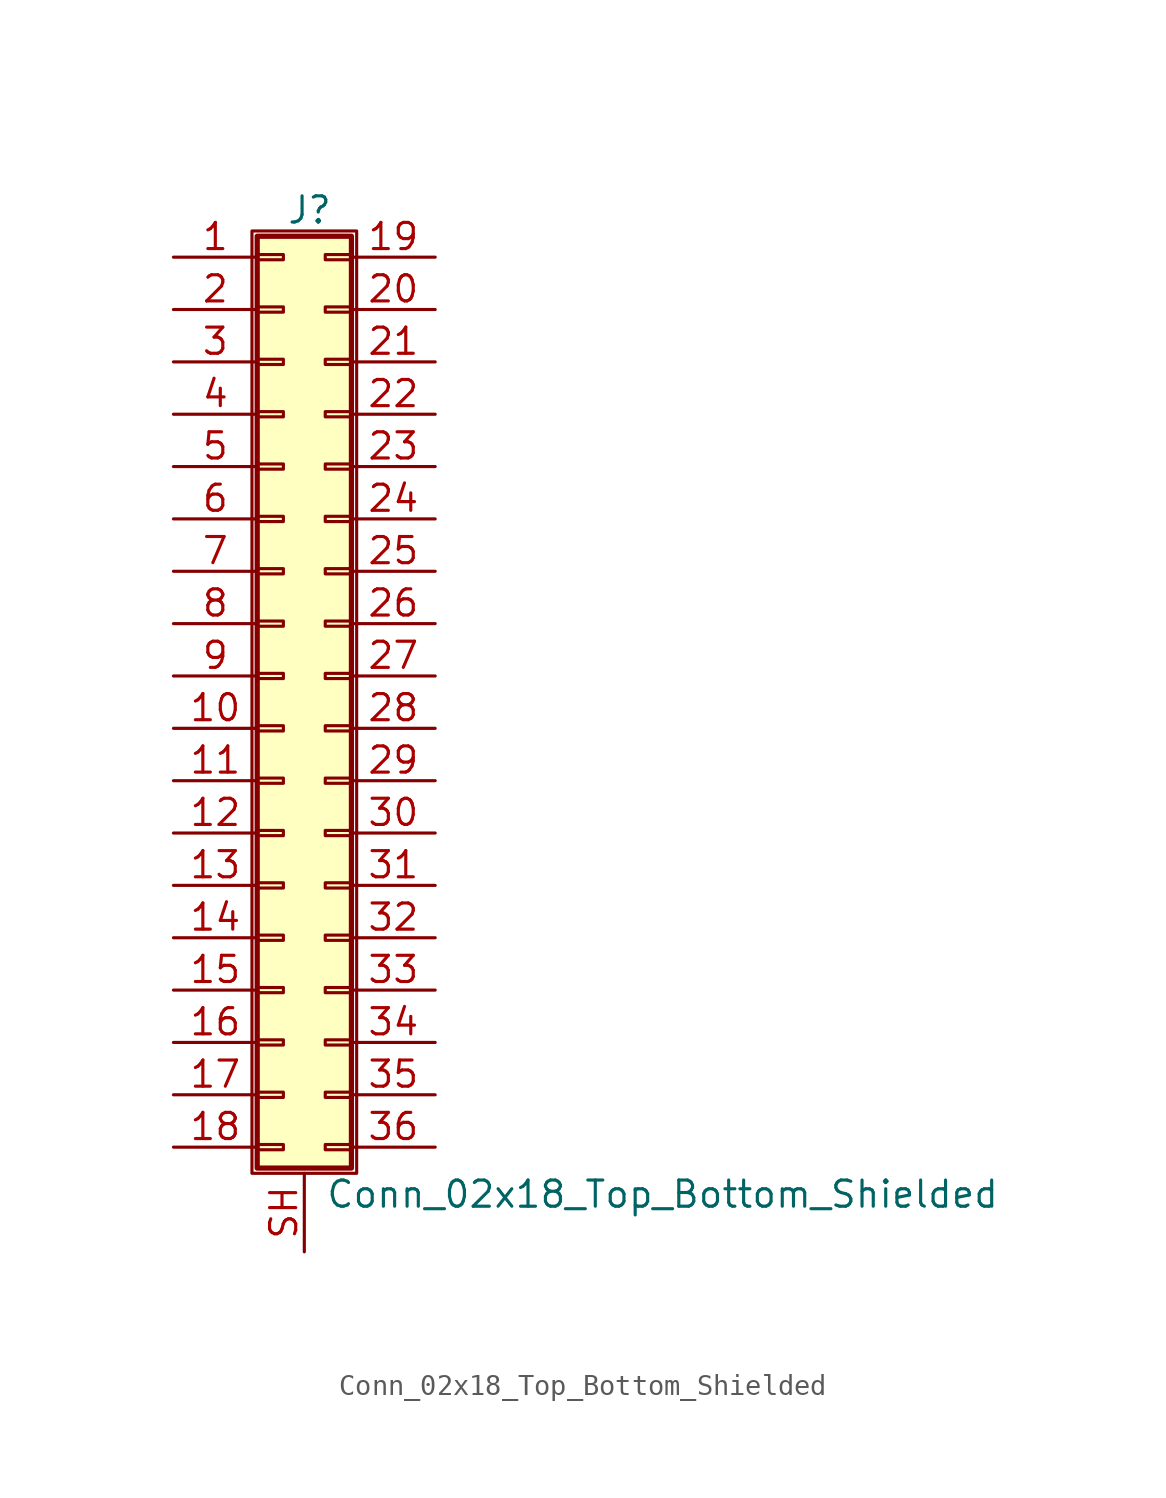
<source format=kicad_sym>
(kicad_symbol_lib
  (version 20220914)
  (generator kicad_symbol_editor)
  (symbol "Conn_02x18_Top_Bottom_Shielded"
    (pin_names
      (offset 1.016) hide)
    (property "Reference" "J"
      (at 1.524 22.606 0)
      (effects (font (size 1.27 1.27))))
    (property "Value" "Conn_02x18_Top_Bottom_Shielded"
      (at 2.286 -25.146 0)
      (effects (font (size 1.27 1.27)) (justify left)))
    (symbol "Conn_02x18_Top_Bottom_Shielded_1_1"
      (rectangle (start -1.27 21.59) (end 3.81 -24.13) (stroke (width 0.152) (type default)) (fill (type none)))
      (rectangle (start -1.016 -22.733) (end 0.254 -22.987) (stroke (width 0.152) (type default)) (fill (type none)))
      (rectangle (start -1.016 -20.193) (end 0.254 -20.447) (stroke (width 0.152) (type default)) (fill (type none)))
      (rectangle (start -1.016 -17.653) (end 0.254 -17.907) (stroke (width 0.152) (type default)) (fill (type none)))
      (rectangle (start -1.016 -15.113) (end 0.254 -15.367) (stroke (width 0.152) (type default)) (fill (type none)))
      (rectangle (start -1.016 -12.573) (end 0.254 -12.827) (stroke (width 0.152) (type default)) (fill (type none)))
      (rectangle (start -1.016 -10.033) (end 0.254 -10.287) (stroke (width 0.152) (type default)) (fill (type none)))
      (rectangle (start -1.016 -7.493) (end 0.254 -7.747) (stroke (width 0.152) (type default)) (fill (type none)))
      (rectangle (start -1.016 -4.953) (end 0.254 -5.207) (stroke (width 0.152) (type default)) (fill (type none)))
      (rectangle (start -1.016 -2.413) (end 0.254 -2.667) (stroke (width 0.152) (type default)) (fill (type none)))
      (rectangle (start -1.016 0.127) (end 0.254 -0.127) (stroke (width 0.152) (type default)) (fill (type none)))
      (rectangle (start -1.016 2.667) (end 0.254 2.413) (stroke (width 0.152) (type default)) (fill (type none)))
      (rectangle (start -1.016 5.207) (end 0.254 4.953) (stroke (width 0.152) (type default)) (fill (type none)))
      (rectangle (start -1.016 7.747) (end 0.254 7.493) (stroke (width 0.152) (type default)) (fill (type none)))
      (rectangle (start -1.016 10.287) (end 0.254 10.033) (stroke (width 0.152) (type default)) (fill (type none)))
      (rectangle (start -1.016 12.827) (end 0.254 12.573) (stroke (width 0.152) (type default)) (fill (type none)))
      (rectangle (start -1.016 15.367) (end 0.254 15.113) (stroke (width 0.152) (type default)) (fill (type none)))
      (rectangle (start -1.016 17.907) (end 0.254 17.653) (stroke (width 0.152) (type default)) (fill (type none)))
      (rectangle (start -1.016 20.447) (end 0.254 20.193) (stroke (width 0.152) (type default)) (fill (type none)))
      (rectangle (start -1.016 21.336) (end 3.556 -23.876) (stroke (width 0.254) (type default)) (fill (type background)))
      (rectangle (start 3.556 -22.733) (end 2.286 -22.987) (stroke (width 0.152) (type default)) (fill (type none)))
      (rectangle (start 3.556 -20.193) (end 2.286 -20.447) (stroke (width 0.152) (type default)) (fill (type none)))
      (rectangle (start 3.556 -17.653) (end 2.286 -17.907) (stroke (width 0.152) (type default)) (fill (type none)))
      (rectangle (start 3.556 -15.113) (end 2.286 -15.367) (stroke (width 0.152) (type default)) (fill (type none)))
      (rectangle (start 3.556 -12.573) (end 2.286 -12.827) (stroke (width 0.152) (type default)) (fill (type none)))
      (rectangle (start 3.556 -10.033) (end 2.286 -10.287) (stroke (width 0.152) (type default)) (fill (type none)))
      (rectangle (start 3.556 -7.493) (end 2.286 -7.747) (stroke (width 0.152) (type default)) (fill (type none)))
      (rectangle (start 3.556 -4.953) (end 2.286 -5.207) (stroke (width 0.152) (type default)) (fill (type none)))
      (rectangle (start 3.556 -2.413) (end 2.286 -2.667) (stroke (width 0.152) (type default)) (fill (type none)))
      (rectangle (start 3.556 0.127) (end 2.286 -0.127) (stroke (width 0.152) (type default)) (fill (type none)))
      (rectangle (start 3.556 2.667) (end 2.286 2.413) (stroke (width 0.152) (type default)) (fill (type none)))
      (rectangle (start 3.556 5.207) (end 2.286 4.953) (stroke (width 0.152) (type default)) (fill (type none)))
      (rectangle (start 3.556 7.747) (end 2.286 7.493) (stroke (width 0.152) (type default)) (fill (type none)))
      (rectangle (start 3.556 10.287) (end 2.286 10.033) (stroke (width 0.152) (type default)) (fill (type none)))
      (rectangle (start 3.556 12.827) (end 2.286 12.573) (stroke (width 0.152) (type default)) (fill (type none)))
      (rectangle (start 3.556 15.367) (end 2.286 15.113) (stroke (width 0.152) (type default)) (fill (type none)))
      (rectangle (start 3.556 17.907) (end 2.286 17.653) (stroke (width 0.152) (type default)) (fill (type none)))
      (rectangle (start 3.556 20.447) (end 2.286 20.193) (stroke (width 0.152) (type default)) (fill (type none)))
      (pin passive line (at -5.08 20.32 0) (length 4.064) (name "Pin_1" (effects (font (size 1.27 1.27)))) (number "1" (effects (font (size 1.27 1.27)))))
      (pin passive line (at -5.08 -2.54 0) (length 4.064) (name "Pin_10" (effects (font (size 1.27 1.27)))) (number "10" (effects (font (size 1.27 1.27)))))
      (pin passive line (at -5.08 -5.08 0) (length 4.064) (name "Pin_11" (effects (font (size 1.27 1.27)))) (number "11" (effects (font (size 1.27 1.27)))))
      (pin passive line (at -5.08 -7.62 0) (length 4.064) (name "Pin_12" (effects (font (size 1.27 1.27)))) (number "12" (effects (font (size 1.27 1.27)))))
      (pin passive line (at -5.08 -10.16 0) (length 4.064) (name "Pin_13" (effects (font (size 1.27 1.27)))) (number "13" (effects (font (size 1.27 1.27)))))
      (pin passive line (at -5.08 -12.7 0) (length 4.064) (name "Pin_14" (effects (font (size 1.27 1.27)))) (number "14" (effects (font (size 1.27 1.27)))))
      (pin passive line (at -5.08 -15.24 0) (length 4.064) (name "Pin_15" (effects (font (size 1.27 1.27)))) (number "15" (effects (font (size 1.27 1.27)))))
      (pin passive line (at -5.08 -17.78 0) (length 4.064) (name "Pin_16" (effects (font (size 1.27 1.27)))) (number "16" (effects (font (size 1.27 1.27)))))
      (pin passive line (at -5.08 -20.32 0) (length 4.064) (name "Pin_17" (effects (font (size 1.27 1.27)))) (number "17" (effects (font (size 1.27 1.27)))))
      (pin passive line (at -5.08 -22.86 0) (length 4.064) (name "Pin_18" (effects (font (size 1.27 1.27)))) (number "18" (effects (font (size 1.27 1.27)))))
      (pin passive line (at 7.62 20.32 180) (length 4.064) (name "Pin_19" (effects (font (size 1.27 1.27)))) (number "19" (effects (font (size 1.27 1.27)))))
      (pin passive line (at -5.08 17.78 0) (length 4.064) (name "Pin_2" (effects (font (size 1.27 1.27)))) (number "2" (effects (font (size 1.27 1.27)))))
      (pin passive line (at 7.62 17.78 180) (length 4.064) (name "Pin_20" (effects (font (size 1.27 1.27)))) (number "20" (effects (font (size 1.27 1.27)))))
      (pin passive line (at 7.62 15.24 180) (length 4.064) (name "Pin_21" (effects (font (size 1.27 1.27)))) (number "21" (effects (font (size 1.27 1.27)))))
      (pin passive line (at 7.62 12.7 180) (length 4.064) (name "Pin_22" (effects (font (size 1.27 1.27)))) (number "22" (effects (font (size 1.27 1.27)))))
      (pin passive line (at 7.62 10.16 180) (length 4.064) (name "Pin_23" (effects (font (size 1.27 1.27)))) (number "23" (effects (font (size 1.27 1.27)))))
      (pin passive line (at 7.62 7.62 180) (length 4.064) (name "Pin_24" (effects (font (size 1.27 1.27)))) (number "24" (effects (font (size 1.27 1.27)))))
      (pin passive line (at 7.62 5.08 180) (length 4.064) (name "Pin_25" (effects (font (size 1.27 1.27)))) (number "25" (effects (font (size 1.27 1.27)))))
      (pin passive line (at 7.62 2.54 180) (length 4.064) (name "Pin_26" (effects (font (size 1.27 1.27)))) (number "26" (effects (font (size 1.27 1.27)))))
      (pin passive line (at 7.62 0 180) (length 4.064) (name "Pin_27" (effects (font (size 1.27 1.27)))) (number "27" (effects (font (size 1.27 1.27)))))
      (pin passive line (at 7.62 -2.54 180) (length 4.064) (name "Pin_28" (effects (font (size 1.27 1.27)))) (number "28" (effects (font (size 1.27 1.27)))))
      (pin passive line (at 7.62 -5.08 180) (length 4.064) (name "Pin_29" (effects (font (size 1.27 1.27)))) (number "29" (effects (font (size 1.27 1.27)))))
      (pin passive line (at -5.08 15.24 0) (length 4.064) (name "Pin_3" (effects (font (size 1.27 1.27)))) (number "3" (effects (font (size 1.27 1.27)))))
      (pin passive line (at 7.62 -7.62 180) (length 4.064) (name "Pin_30" (effects (font (size 1.27 1.27)))) (number "30" (effects (font (size 1.27 1.27)))))
      (pin passive line (at 7.62 -10.16 180) (length 4.064) (name "Pin_31" (effects (font (size 1.27 1.27)))) (number "31" (effects (font (size 1.27 1.27)))))
      (pin passive line (at 7.62 -12.7 180) (length 4.064) (name "Pin_32" (effects (font (size 1.27 1.27)))) (number "32" (effects (font (size 1.27 1.27)))))
      (pin passive line (at 7.62 -15.24 180) (length 4.064) (name "Pin_33" (effects (font (size 1.27 1.27)))) (number "33" (effects (font (size 1.27 1.27)))))
      (pin passive line (at 7.62 -17.78 180) (length 4.064) (name "Pin_34" (effects (font (size 1.27 1.27)))) (number "34" (effects (font (size 1.27 1.27)))))
      (pin passive line (at 7.62 -20.32 180) (length 4.064) (name "Pin_35" (effects (font (size 1.27 1.27)))) (number "35" (effects (font (size 1.27 1.27)))))
      (pin passive line (at 7.62 -22.86 180) (length 4.064) (name "Pin_36" (effects (font (size 1.27 1.27)))) (number "36" (effects (font (size 1.27 1.27)))))
      (pin passive line (at -5.08 12.7 0) (length 4.064) (name "Pin_4" (effects (font (size 1.27 1.27)))) (number "4" (effects (font (size 1.27 1.27)))))
      (pin passive line (at -5.08 10.16 0) (length 4.064) (name "Pin_5" (effects (font (size 1.27 1.27)))) (number "5" (effects (font (size 1.27 1.27)))))
      (pin passive line (at -5.08 7.62 0) (length 4.064) (name "Pin_6" (effects (font (size 1.27 1.27)))) (number "6" (effects (font (size 1.27 1.27)))))
      (pin passive line (at -5.08 5.08 0) (length 4.064) (name "Pin_7" (effects (font (size 1.27 1.27)))) (number "7" (effects (font (size 1.27 1.27)))))
      (pin passive line (at -5.08 2.54 0) (length 4.064) (name "Pin_8" (effects (font (size 1.27 1.27)))) (number "8" (effects (font (size 1.27 1.27)))))
      (pin passive line (at -5.08 0 0) (length 4.064) (name "Pin_9" (effects (font (size 1.27 1.27)))) (number "9" (effects (font (size 1.27 1.27)))))
      (pin passive line (at 1.27 -27.94 90) (length 3.81) (name "Shield" (effects (font (size 1.27 1.27)))) (number "SH" (effects (font (size 1.27 1.27))))))))
</source>
